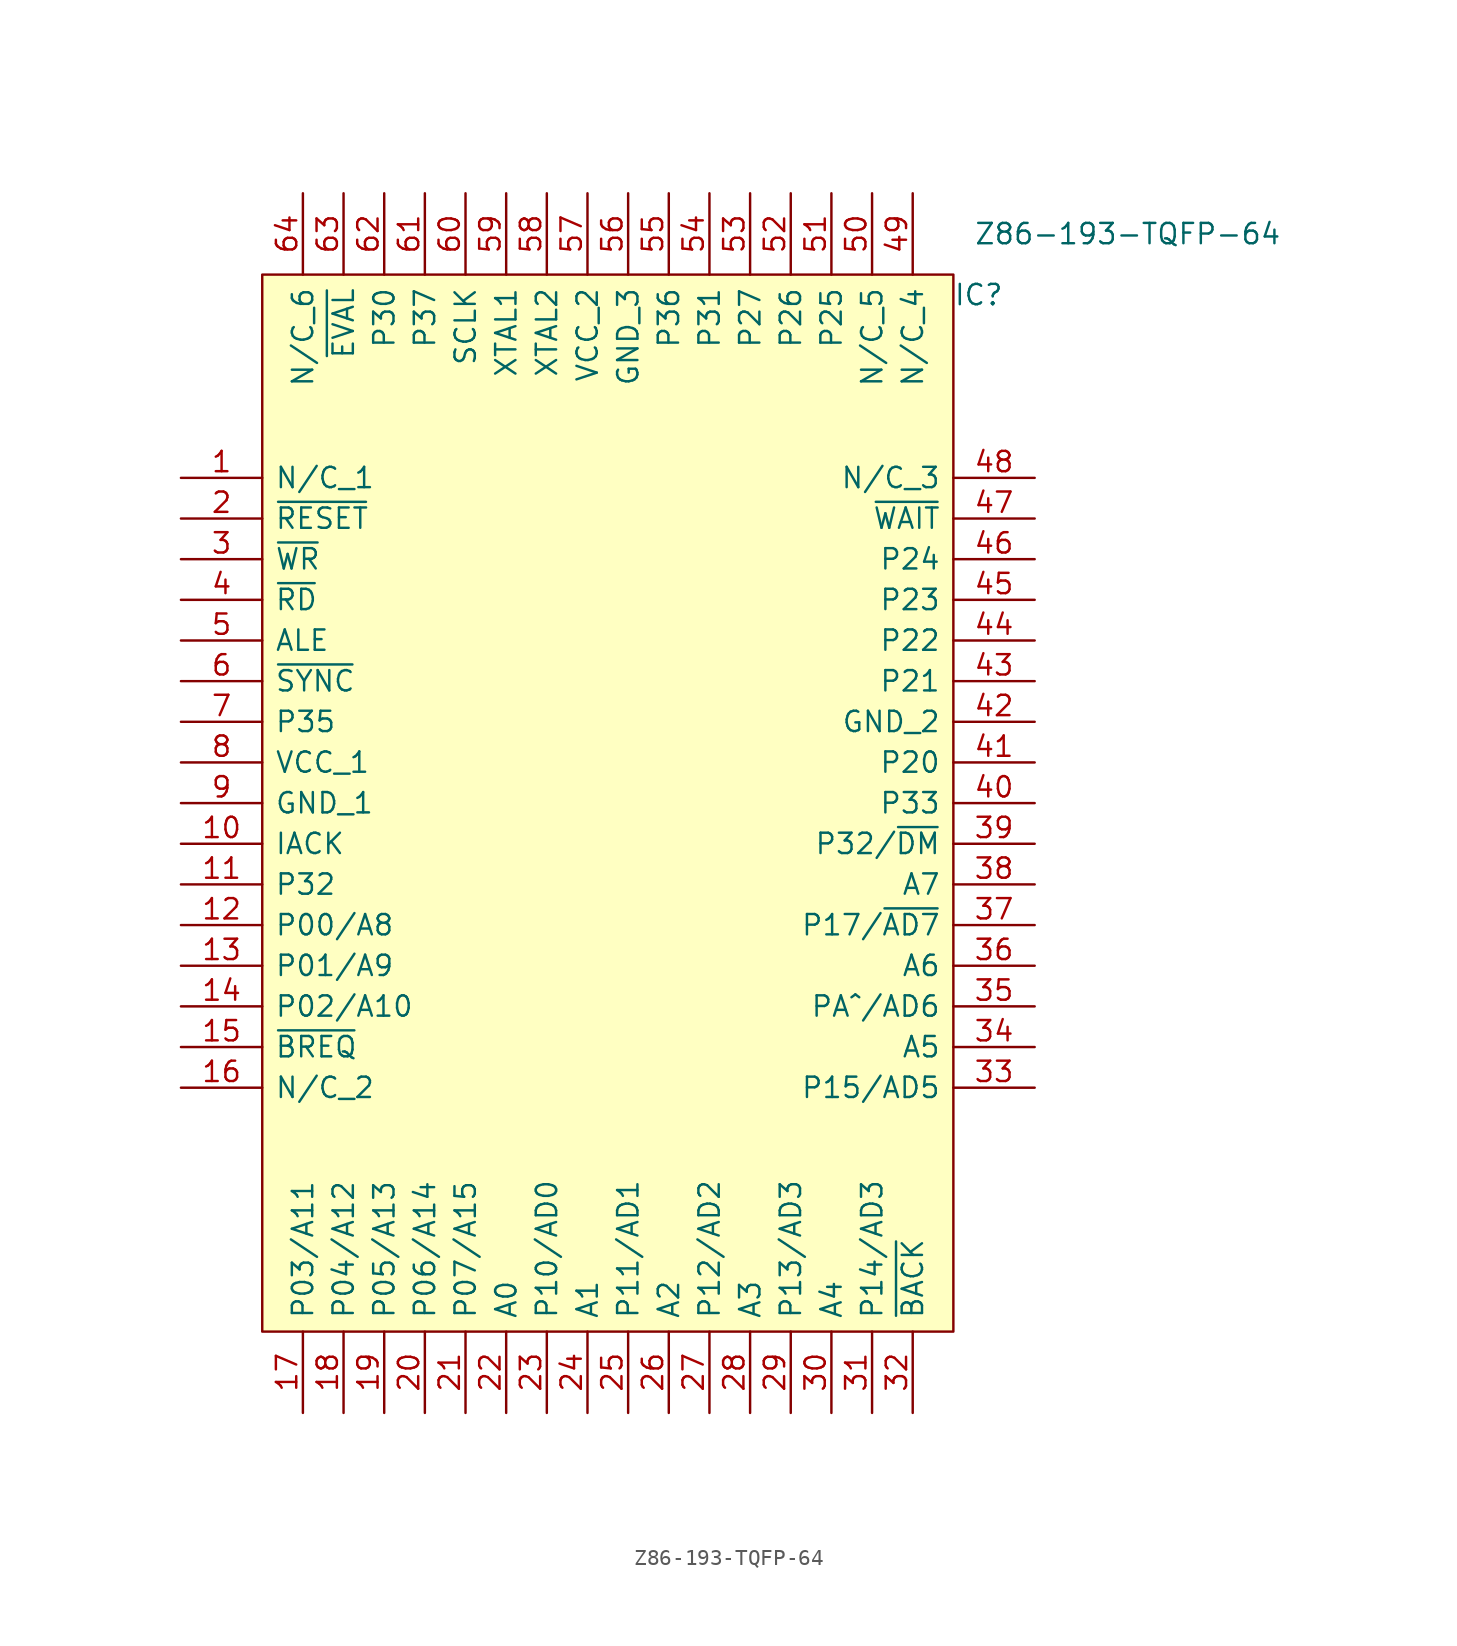
<source format=kicad_sym>
(kicad_symbol_lib
  (version 20211014)
  (generator kicad_symbol_editor)
  (symbol "Z86-193-TQFP-64"
    (pin_names
      (offset 0.762))
    (property "Reference" "IC"
      (at 43.18 -1.27 0)
      (effects (font (size 1.27 1.27)) (justify left)))
    (property "Value" "Z86-193-TQFP-64"
      (at 44.45 2.54 0)
      (effects (font (size 1.27 1.27)) (justify left)))
    (symbol "Z86-193-TQFP-64_0_0"
      (pin bidirectional line (at -5.08 -12.7 0) (length 5.08) (name "N/C_1" (effects (font (size 1.27 1.27)))) (number "1" (effects (font (size 1.27 1.27)))))
      (pin bidirectional line (at -5.08 -35.56 0) (length 5.08) (name "IACK" (effects (font (size 1.27 1.27)))) (number "10" (effects (font (size 1.27 1.27)))))
      (pin bidirectional line (at -5.08 -38.1 0) (length 5.08) (name "P32" (effects (font (size 1.27 1.27)))) (number "11" (effects (font (size 1.27 1.27)))))
      (pin bidirectional line (at -5.08 -40.64 0) (length 5.08) (name "P00/A8" (effects (font (size 1.27 1.27)))) (number "12" (effects (font (size 1.27 1.27)))))
      (pin bidirectional line (at -5.08 -43.18 0) (length 5.08) (name "P01/A9" (effects (font (size 1.27 1.27)))) (number "13" (effects (font (size 1.27 1.27)))))
      (pin bidirectional line (at -5.08 -45.72 0) (length 5.08) (name "P02/A10" (effects (font (size 1.27 1.27)))) (number "14" (effects (font (size 1.27 1.27)))))
      (pin bidirectional line (at -5.08 -48.26 0) (length 5.08) (name "~{BREQ}" (effects (font (size 1.27 1.27)))) (number "15" (effects (font (size 1.27 1.27)))))
      (pin bidirectional line (at -5.08 -50.8 0) (length 5.08) (name "N/C_2" (effects (font (size 1.27 1.27)))) (number "16" (effects (font (size 1.27 1.27)))))
      (pin bidirectional line (at 2.54 -71.12 90) (length 5.08) (name "P03/A11" (effects (font (size 1.27 1.27)))) (number "17" (effects (font (size 1.27 1.27)))))
      (pin bidirectional line (at 5.08 -71.12 90) (length 5.08) (name "P04/A12" (effects (font (size 1.27 1.27)))) (number "18" (effects (font (size 1.27 1.27)))))
      (pin bidirectional line (at 7.62 -71.12 90) (length 5.08) (name "P05/A13" (effects (font (size 1.27 1.27)))) (number "19" (effects (font (size 1.27 1.27)))))
      (pin bidirectional line (at -5.08 -15.24 0) (length 5.08) (name "~{RESET}" (effects (font (size 1.27 1.27)))) (number "2" (effects (font (size 1.27 1.27)))))
      (pin bidirectional line (at 10.16 -71.12 90) (length 5.08) (name "P06/A14" (effects (font (size 1.27 1.27)))) (number "20" (effects (font (size 1.27 1.27)))))
      (pin bidirectional line (at 12.7 -71.12 90) (length 5.08) (name "P07/A15" (effects (font (size 1.27 1.27)))) (number "21" (effects (font (size 1.27 1.27)))))
      (pin bidirectional line (at 15.24 -71.12 90) (length 5.08) (name "A0" (effects (font (size 1.27 1.27)))) (number "22" (effects (font (size 1.27 1.27)))))
      (pin bidirectional line (at 17.78 -71.12 90) (length 5.08) (name "P10/AD0" (effects (font (size 1.27 1.27)))) (number "23" (effects (font (size 1.27 1.27)))))
      (pin bidirectional line (at 20.32 -71.12 90) (length 5.08) (name "A1" (effects (font (size 1.27 1.27)))) (number "24" (effects (font (size 1.27 1.27)))))
      (pin bidirectional line (at 22.86 -71.12 90) (length 5.08) (name "P11/AD1" (effects (font (size 1.27 1.27)))) (number "25" (effects (font (size 1.27 1.27)))))
      (pin bidirectional line (at 25.4 -71.12 90) (length 5.08) (name "A2" (effects (font (size 1.27 1.27)))) (number "26" (effects (font (size 1.27 1.27)))))
      (pin bidirectional line (at 27.94 -71.12 90) (length 5.08) (name "P12/AD2" (effects (font (size 1.27 1.27)))) (number "27" (effects (font (size 1.27 1.27)))))
      (pin bidirectional line (at 30.48 -71.12 90) (length 5.08) (name "A3" (effects (font (size 1.27 1.27)))) (number "28" (effects (font (size 1.27 1.27)))))
      (pin bidirectional line (at 33.02 -71.12 90) (length 5.08) (name "P13/AD3" (effects (font (size 1.27 1.27)))) (number "29" (effects (font (size 1.27 1.27)))))
      (pin bidirectional line (at -5.08 -17.78 0) (length 5.08) (name "~{WR}" (effects (font (size 1.27 1.27)))) (number "3" (effects (font (size 1.27 1.27)))))
      (pin bidirectional line (at 35.56 -71.12 90) (length 5.08) (name "A4" (effects (font (size 1.27 1.27)))) (number "30" (effects (font (size 1.27 1.27)))))
      (pin bidirectional line (at 38.1 -71.12 90) (length 5.08) (name "P14/AD3" (effects (font (size 1.27 1.27)))) (number "31" (effects (font (size 1.27 1.27)))))
      (pin bidirectional line (at 40.64 -71.12 90) (length 5.08) (name "~{BACK}" (effects (font (size 1.27 1.27)))) (number "32" (effects (font (size 1.27 1.27)))))
      (pin bidirectional line (at 48.26 -50.8 180) (length 5.08) (name "P15/AD5" (effects (font (size 1.27 1.27)))) (number "33" (effects (font (size 1.27 1.27)))))
      (pin bidirectional line (at 48.26 -48.26 180) (length 5.08) (name "A5" (effects (font (size 1.27 1.27)))) (number "34" (effects (font (size 1.27 1.27)))))
      (pin bidirectional line (at 48.26 -45.72 180) (length 5.08) (name "PA^/AD6" (effects (font (size 1.27 1.27)))) (number "35" (effects (font (size 1.27 1.27)))))
      (pin bidirectional line (at 48.26 -43.18 180) (length 5.08) (name "A6" (effects (font (size 1.27 1.27)))) (number "36" (effects (font (size 1.27 1.27)))))
      (pin bidirectional line (at 48.26 -40.64 180) (length 5.08) (name "P17/~{AD7}" (effects (font (size 1.27 1.27)))) (number "37" (effects (font (size 1.27 1.27)))))
      (pin bidirectional line (at 48.26 -38.1 180) (length 5.08) (name "A7" (effects (font (size 1.27 1.27)))) (number "38" (effects (font (size 1.27 1.27)))))
      (pin bidirectional line (at 48.26 -35.56 180) (length 5.08) (name "P32/~{DM}" (effects (font (size 1.27 1.27)))) (number "39" (effects (font (size 1.27 1.27)))))
      (pin bidirectional line (at -5.08 -20.32 0) (length 5.08) (name "~{RD}" (effects (font (size 1.27 1.27)))) (number "4" (effects (font (size 1.27 1.27)))))
      (pin bidirectional line (at 48.26 -33.02 180) (length 5.08) (name "P33" (effects (font (size 1.27 1.27)))) (number "40" (effects (font (size 1.27 1.27)))))
      (pin bidirectional line (at 48.26 -30.48 180) (length 5.08) (name "P20" (effects (font (size 1.27 1.27)))) (number "41" (effects (font (size 1.27 1.27)))))
      (pin bidirectional line (at 48.26 -27.94 180) (length 5.08) (name "GND_2" (effects (font (size 1.27 1.27)))) (number "42" (effects (font (size 1.27 1.27)))))
      (pin bidirectional line (at 48.26 -25.4 180) (length 5.08) (name "P21" (effects (font (size 1.27 1.27)))) (number "43" (effects (font (size 1.27 1.27)))))
      (pin bidirectional line (at 48.26 -22.86 180) (length 5.08) (name "P22" (effects (font (size 1.27 1.27)))) (number "44" (effects (font (size 1.27 1.27)))))
      (pin bidirectional line (at 48.26 -20.32 180) (length 5.08) (name "P23" (effects (font (size 1.27 1.27)))) (number "45" (effects (font (size 1.27 1.27)))))
      (pin bidirectional line (at 48.26 -17.78 180) (length 5.08) (name "P24" (effects (font (size 1.27 1.27)))) (number "46" (effects (font (size 1.27 1.27)))))
      (pin bidirectional line (at 48.26 -15.24 180) (length 5.08) (name "~{WAIT}" (effects (font (size 1.27 1.27)))) (number "47" (effects (font (size 1.27 1.27)))))
      (pin bidirectional line (at 48.26 -12.7 180) (length 5.08) (name "N/C_3" (effects (font (size 1.27 1.27)))) (number "48" (effects (font (size 1.27 1.27)))))
      (pin bidirectional line (at 40.64 5.08 270) (length 5.08) (name "N/C_4" (effects (font (size 1.27 1.27)))) (number "49" (effects (font (size 1.27 1.27)))))
      (pin bidirectional line (at -5.08 -22.86 0) (length 5.08) (name "ALE" (effects (font (size 1.27 1.27)))) (number "5" (effects (font (size 1.27 1.27)))))
      (pin bidirectional line (at 38.1 5.08 270) (length 5.08) (name "N/C_5" (effects (font (size 1.27 1.27)))) (number "50" (effects (font (size 1.27 1.27)))))
      (pin bidirectional line (at 35.56 5.08 270) (length 5.08) (name "P25" (effects (font (size 1.27 1.27)))) (number "51" (effects (font (size 1.27 1.27)))))
      (pin bidirectional line (at 33.02 5.08 270) (length 5.08) (name "P26" (effects (font (size 1.27 1.27)))) (number "52" (effects (font (size 1.27 1.27)))))
      (pin bidirectional line (at 30.48 5.08 270) (length 5.08) (name "P27" (effects (font (size 1.27 1.27)))) (number "53" (effects (font (size 1.27 1.27)))))
      (pin bidirectional line (at 27.94 5.08 270) (length 5.08) (name "P31" (effects (font (size 1.27 1.27)))) (number "54" (effects (font (size 1.27 1.27)))))
      (pin bidirectional line (at 25.4 5.08 270) (length 5.08) (name "P36" (effects (font (size 1.27 1.27)))) (number "55" (effects (font (size 1.27 1.27)))))
      (pin bidirectional line (at 22.86 5.08 270) (length 5.08) (name "GND_3" (effects (font (size 1.27 1.27)))) (number "56" (effects (font (size 1.27 1.27)))))
      (pin bidirectional line (at 20.32 5.08 270) (length 5.08) (name "VCC_2" (effects (font (size 1.27 1.27)))) (number "57" (effects (font (size 1.27 1.27)))))
      (pin bidirectional line (at 17.78 5.08 270) (length 5.08) (name "XTAL2" (effects (font (size 1.27 1.27)))) (number "58" (effects (font (size 1.27 1.27)))))
      (pin bidirectional line (at 15.24 5.08 270) (length 5.08) (name "XTAL1" (effects (font (size 1.27 1.27)))) (number "59" (effects (font (size 1.27 1.27)))))
      (pin bidirectional line (at -5.08 -25.4 0) (length 5.08) (name "~{SYNC}" (effects (font (size 1.27 1.27)))) (number "6" (effects (font (size 1.27 1.27)))))
      (pin bidirectional line (at 12.7 5.08 270) (length 5.08) (name "SCLK" (effects (font (size 1.27 1.27)))) (number "60" (effects (font (size 1.27 1.27)))))
      (pin bidirectional line (at 10.16 5.08 270) (length 5.08) (name "P37" (effects (font (size 1.27 1.27)))) (number "61" (effects (font (size 1.27 1.27)))))
      (pin bidirectional line (at 7.62 5.08 270) (length 5.08) (name "P30" (effects (font (size 1.27 1.27)))) (number "62" (effects (font (size 1.27 1.27)))))
      (pin bidirectional line (at 5.08 5.08 270) (length 5.08) (name "~{EVAL}" (effects (font (size 1.27 1.27)))) (number "63" (effects (font (size 1.27 1.27)))))
      (pin bidirectional line (at 2.54 5.08 270) (length 5.08) (name "N/C_6" (effects (font (size 1.27 1.27)))) (number "64" (effects (font (size 1.27 1.27)))))
      (pin bidirectional line (at -5.08 -27.94 0) (length 5.08) (name "P35" (effects (font (size 1.27 1.27)))) (number "7" (effects (font (size 1.27 1.27)))))
      (pin bidirectional line (at -5.08 -30.48 0) (length 5.08) (name "VCC_1" (effects (font (size 1.27 1.27)))) (number "8" (effects (font (size 1.27 1.27)))))
      (pin bidirectional line (at -5.08 -33.02 0) (length 5.08) (name "GND_1" (effects (font (size 1.27 1.27)))) (number "9" (effects (font (size 1.27 1.27))))))
    (symbol "Z86-193-TQFP-64_0_1"
      (polyline (pts (xy 0 0) (xy 43.18 0) (xy 43.18 -66.04) (xy 0 -66.04) (xy 0 0)) (stroke (width 0.152) (type solid)) (fill (type background))))))
</source>
